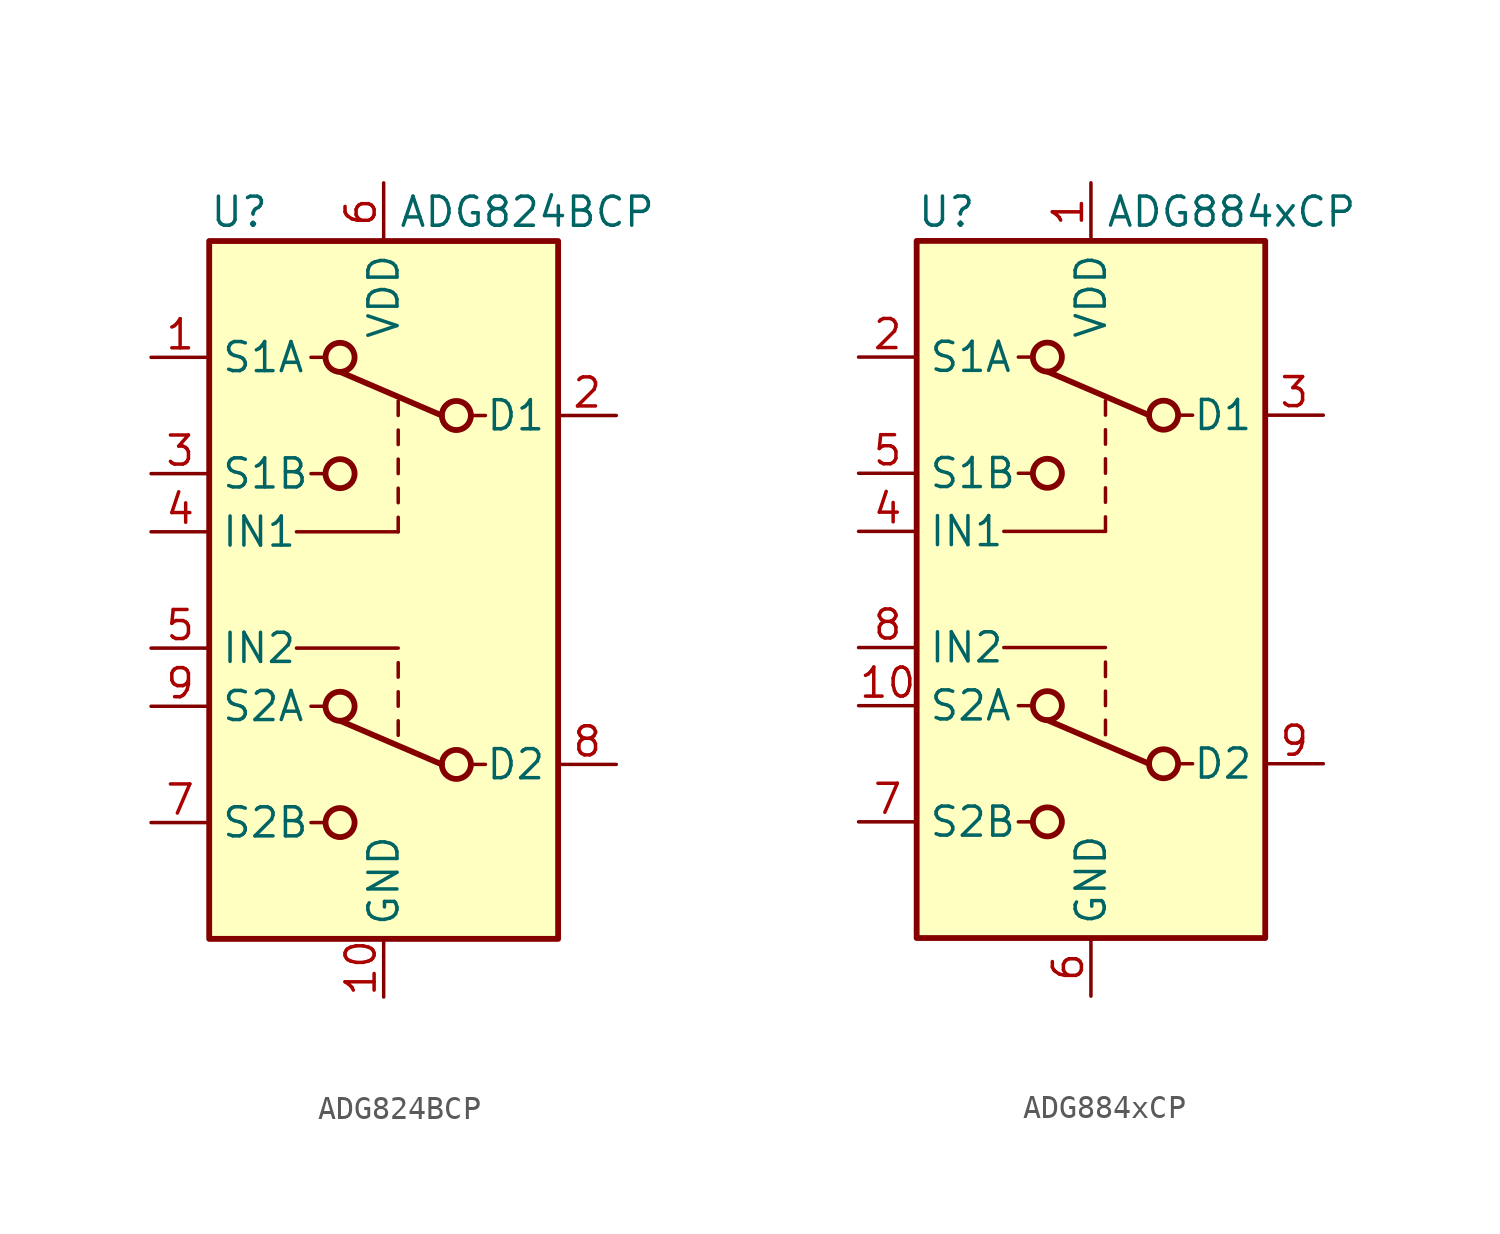
<source format=kicad_sym>
(kicad_symbol_lib
  (version 20241209)
  (generator "kicad_symbol_editor")
  (generator_version "9.0")
  (symbol "ADG824BCP"
    (property "Reference" "U"
      (at -7.62 16.51 0)
      (effects (font (size 1.27 1.27)) (justify left)))
    (property "Value" "ADG824BCP"
      (at 0.635 16.51 0)
      (effects (font (size 1.27 1.27)) (justify left)))
    (symbol "ADG824BCP_0_1"
      (rectangle (start -7.62 15.24) (end 7.62 -15.24) (stroke (width 0.254) (type default)) (fill (type background)))
      (polyline (pts (xy -3.81 2.54) (xy 0.635 2.54)) (stroke (width 0) (type default)) (fill (type none)))
      (polyline (pts (xy -3.81 -2.54) (xy 0.635 -2.54)) (stroke (width 0) (type default)) (fill (type none)))
      (polyline (pts (xy -3.175 10.16) (xy -2.54 10.16)) (stroke (width 0) (type default)) (fill (type none)))
      (polyline (pts (xy -3.175 5.08) (xy -2.54 5.08)) (stroke (width 0) (type default)) (fill (type none)))
      (polyline (pts (xy -3.175 -5.08) (xy -2.54 -5.08)) (stroke (width 0) (type default)) (fill (type none)))
      (polyline (pts (xy -3.175 -10.16) (xy -2.54 -10.16)) (stroke (width 0) (type default)) (fill (type none)))
      (circle (center -1.905 10.16) (radius 0.635) (stroke (width 0.254) (type default)) (fill (type none)))
      (polyline (pts (xy -1.905 9.525) (xy 2.54 7.62)) (stroke (width 0.254) (type default)) (fill (type none)))
      (circle (center -1.905 5.08) (radius 0.635) (stroke (width 0.254) (type default)) (fill (type none)))
      (circle (center -1.905 -5.08) (radius 0.635) (stroke (width 0.254) (type default)) (fill (type none)))
      (circle (center -1.905 -10.16) (radius 0.635) (stroke (width 0.254) (type default)) (fill (type none)))
      (polyline (pts (xy 0.635 8.255) (xy 0.635 7.62)) (stroke (width 0) (type default)) (fill (type none)))
      (polyline (pts (xy 0.635 6.985) (xy 0.635 6.35)) (stroke (width 0) (type default)) (fill (type none)))
      (polyline (pts (xy 0.635 5.715) (xy 0.635 5.08)) (stroke (width 0) (type default)) (fill (type none)))
      (polyline (pts (xy 0.635 4.445) (xy 0.635 3.81)) (stroke (width 0) (type default)) (fill (type none)))
      (polyline (pts (xy 0.635 3.175) (xy 0.635 2.54)) (stroke (width 0) (type default)) (fill (type none)))
      (polyline (pts (xy 0.635 -3.175) (xy 0.635 -3.81)) (stroke (width 0) (type default)) (fill (type none)))
      (polyline (pts (xy 0.635 -4.445) (xy 0.635 -5.08)) (stroke (width 0) (type default)) (fill (type none)))
      (polyline (pts (xy 0.635 -5.715) (xy 0.635 -6.35)) (stroke (width 0) (type default)) (fill (type none)))
      (polyline (pts (xy 2.54 -7.62) (xy -1.905 -5.715)) (stroke (width 0.254) (type default)) (fill (type none)))
      (circle (center 3.175 7.62) (radius 0.635) (stroke (width 0.254) (type default)) (fill (type none)))
      (circle (center 3.175 -7.62) (radius 0.635) (stroke (width 0.254) (type default)) (fill (type none)))
      (polyline (pts (xy 4.445 7.62) (xy 3.81 7.62)) (stroke (width 0) (type default)) (fill (type none)))
      (polyline (pts (xy 4.445 -7.62) (xy 3.81 -7.62)) (stroke (width 0) (type default)) (fill (type none))))
    (symbol "ADG824BCP_1_1"
      (pin bidirectional line (at -10.16 10.16 0) (length 2.54) (name "S1A" (effects (font (size 1.27 1.27)))) (number "1" (effects (font (size 1.27 1.27)))))
      (pin bidirectional line (at -10.16 5.08 0) (length 2.54) (name "S1B" (effects (font (size 1.27 1.27)))) (number "3" (effects (font (size 1.27 1.27)))))
      (pin input line (at -10.16 2.54 0) (length 2.54) (name "IN1" (effects (font (size 1.27 1.27)))) (number "4" (effects (font (size 1.27 1.27)))))
      (pin input line (at -10.16 -2.54 0) (length 2.54) (name "IN2" (effects (font (size 1.27 1.27)))) (number "5" (effects (font (size 1.27 1.27)))))
      (pin bidirectional line (at -10.16 -5.08 0) (length 2.54) (name "S2A" (effects (font (size 1.27 1.27)))) (number "9" (effects (font (size 1.27 1.27)))))
      (pin bidirectional line (at -10.16 -10.16 0) (length 2.54) (name "S2B" (effects (font (size 1.27 1.27)))) (number "7" (effects (font (size 1.27 1.27)))))
      (pin power_in line (at 0 17.78 270) (length 2.54) (name "VDD" (effects (font (size 1.27 1.27)))) (number "6" (effects (font (size 1.27 1.27)))))
      (pin power_in line (at 0 -17.78 90) (length 2.54) (name "GND" (effects (font (size 1.27 1.27)))) (number "10" (effects (font (size 1.27 1.27)))))
      (pin bidirectional line (at 10.16 7.62 180) (length 2.54) (name "D1" (effects (font (size 1.27 1.27)))) (number "2" (effects (font (size 1.27 1.27)))))
      (pin bidirectional line (at 10.16 -7.62 180) (length 2.54) (name "D2" (effects (font (size 1.27 1.27)))) (number "8" (effects (font (size 1.27 1.27)))))))
  (symbol "ADG884xCP"
    (property "Reference" "U"
      (at -7.62 16.51 0)
      (effects (font (size 1.27 1.27)) (justify left)))
    (property "Value" "ADG884xCP"
      (at 0.635 16.51 0)
      (effects (font (size 1.27 1.27)) (justify left)))
    (symbol "ADG884xCP_0_1"
      (rectangle (start -7.62 15.24) (end 7.62 -15.24) (stroke (width 0.254) (type default)) (fill (type background)))
      (polyline (pts (xy -3.81 2.54) (xy 0.635 2.54)) (stroke (width 0) (type default)) (fill (type none)))
      (polyline (pts (xy -3.81 -2.54) (xy 0.635 -2.54)) (stroke (width 0) (type default)) (fill (type none)))
      (polyline (pts (xy -3.175 10.16) (xy -2.54 10.16)) (stroke (width 0) (type default)) (fill (type none)))
      (polyline (pts (xy -3.175 5.08) (xy -2.54 5.08)) (stroke (width 0) (type default)) (fill (type none)))
      (polyline (pts (xy -3.175 -5.08) (xy -2.54 -5.08)) (stroke (width 0) (type default)) (fill (type none)))
      (polyline (pts (xy -3.175 -10.16) (xy -2.54 -10.16)) (stroke (width 0) (type default)) (fill (type none)))
      (circle (center -1.905 10.16) (radius 0.635) (stroke (width 0.254) (type default)) (fill (type none)))
      (polyline (pts (xy -1.905 9.525) (xy 2.54 7.62)) (stroke (width 0.254) (type default)) (fill (type none)))
      (circle (center -1.905 5.08) (radius 0.635) (stroke (width 0.254) (type default)) (fill (type none)))
      (circle (center -1.905 -5.08) (radius 0.635) (stroke (width 0.254) (type default)) (fill (type none)))
      (circle (center -1.905 -10.16) (radius 0.635) (stroke (width 0.254) (type default)) (fill (type none)))
      (polyline (pts (xy 0.635 8.255) (xy 0.635 7.62)) (stroke (width 0) (type default)) (fill (type none)))
      (polyline (pts (xy 0.635 6.985) (xy 0.635 6.35)) (stroke (width 0) (type default)) (fill (type none)))
      (polyline (pts (xy 0.635 5.715) (xy 0.635 5.08)) (stroke (width 0) (type default)) (fill (type none)))
      (polyline (pts (xy 0.635 4.445) (xy 0.635 3.81)) (stroke (width 0) (type default)) (fill (type none)))
      (polyline (pts (xy 0.635 3.175) (xy 0.635 2.54)) (stroke (width 0) (type default)) (fill (type none)))
      (polyline (pts (xy 0.635 -3.175) (xy 0.635 -3.81)) (stroke (width 0) (type default)) (fill (type none)))
      (polyline (pts (xy 0.635 -4.445) (xy 0.635 -5.08)) (stroke (width 0) (type default)) (fill (type none)))
      (polyline (pts (xy 0.635 -5.715) (xy 0.635 -6.35)) (stroke (width 0) (type default)) (fill (type none)))
      (polyline (pts (xy 2.54 -7.62) (xy -1.905 -5.715)) (stroke (width 0.254) (type default)) (fill (type none)))
      (circle (center 3.175 7.62) (radius 0.635) (stroke (width 0.254) (type default)) (fill (type none)))
      (circle (center 3.175 -7.62) (radius 0.635) (stroke (width 0.254) (type default)) (fill (type none)))
      (polyline (pts (xy 4.445 7.62) (xy 3.81 7.62)) (stroke (width 0) (type default)) (fill (type none)))
      (polyline (pts (xy 4.445 -7.62) (xy 3.81 -7.62)) (stroke (width 0) (type default)) (fill (type none))))
    (symbol "ADG884xCP_1_1"
      (pin bidirectional line (at -10.16 10.16 0) (length 2.54) (name "S1A" (effects (font (size 1.27 1.27)))) (number "2" (effects (font (size 1.27 1.27)))))
      (pin bidirectional line (at -10.16 5.08 0) (length 2.54) (name "S1B" (effects (font (size 1.27 1.27)))) (number "5" (effects (font (size 1.27 1.27)))))
      (pin input line (at -10.16 2.54 0) (length 2.54) (name "IN1" (effects (font (size 1.27 1.27)))) (number "4" (effects (font (size 1.27 1.27)))))
      (pin input line (at -10.16 -2.54 0) (length 2.54) (name "IN2" (effects (font (size 1.27 1.27)))) (number "8" (effects (font (size 1.27 1.27)))))
      (pin bidirectional line (at -10.16 -5.08 0) (length 2.54) (name "S2A" (effects (font (size 1.27 1.27)))) (number "10" (effects (font (size 1.27 1.27)))))
      (pin bidirectional line (at -10.16 -10.16 0) (length 2.54) (name "S2B" (effects (font (size 1.27 1.27)))) (number "7" (effects (font (size 1.27 1.27)))))
      (pin power_in line (at 0 17.78 270) (length 2.54) (name "VDD" (effects (font (size 1.27 1.27)))) (number "1" (effects (font (size 1.27 1.27)))))
      (pin passive line (at 0 -17.78 90) (length 2.54) (hide yes) (name "GND" (effects (font (size 1.27 1.27)))) (number "11" (effects (font (size 1.27 1.27)))))
      (pin power_in line (at 0 -17.78 90) (length 2.54) (name "GND" (effects (font (size 1.27 1.27)))) (number "6" (effects (font (size 1.27 1.27)))))
      (pin bidirectional line (at 10.16 7.62 180) (length 2.54) (name "D1" (effects (font (size 1.27 1.27)))) (number "3" (effects (font (size 1.27 1.27)))))
      (pin bidirectional line (at 10.16 -7.62 180) (length 2.54) (name "D2" (effects (font (size 1.27 1.27)))) (number "9" (effects (font (size 1.27 1.27))))))))
</source>
